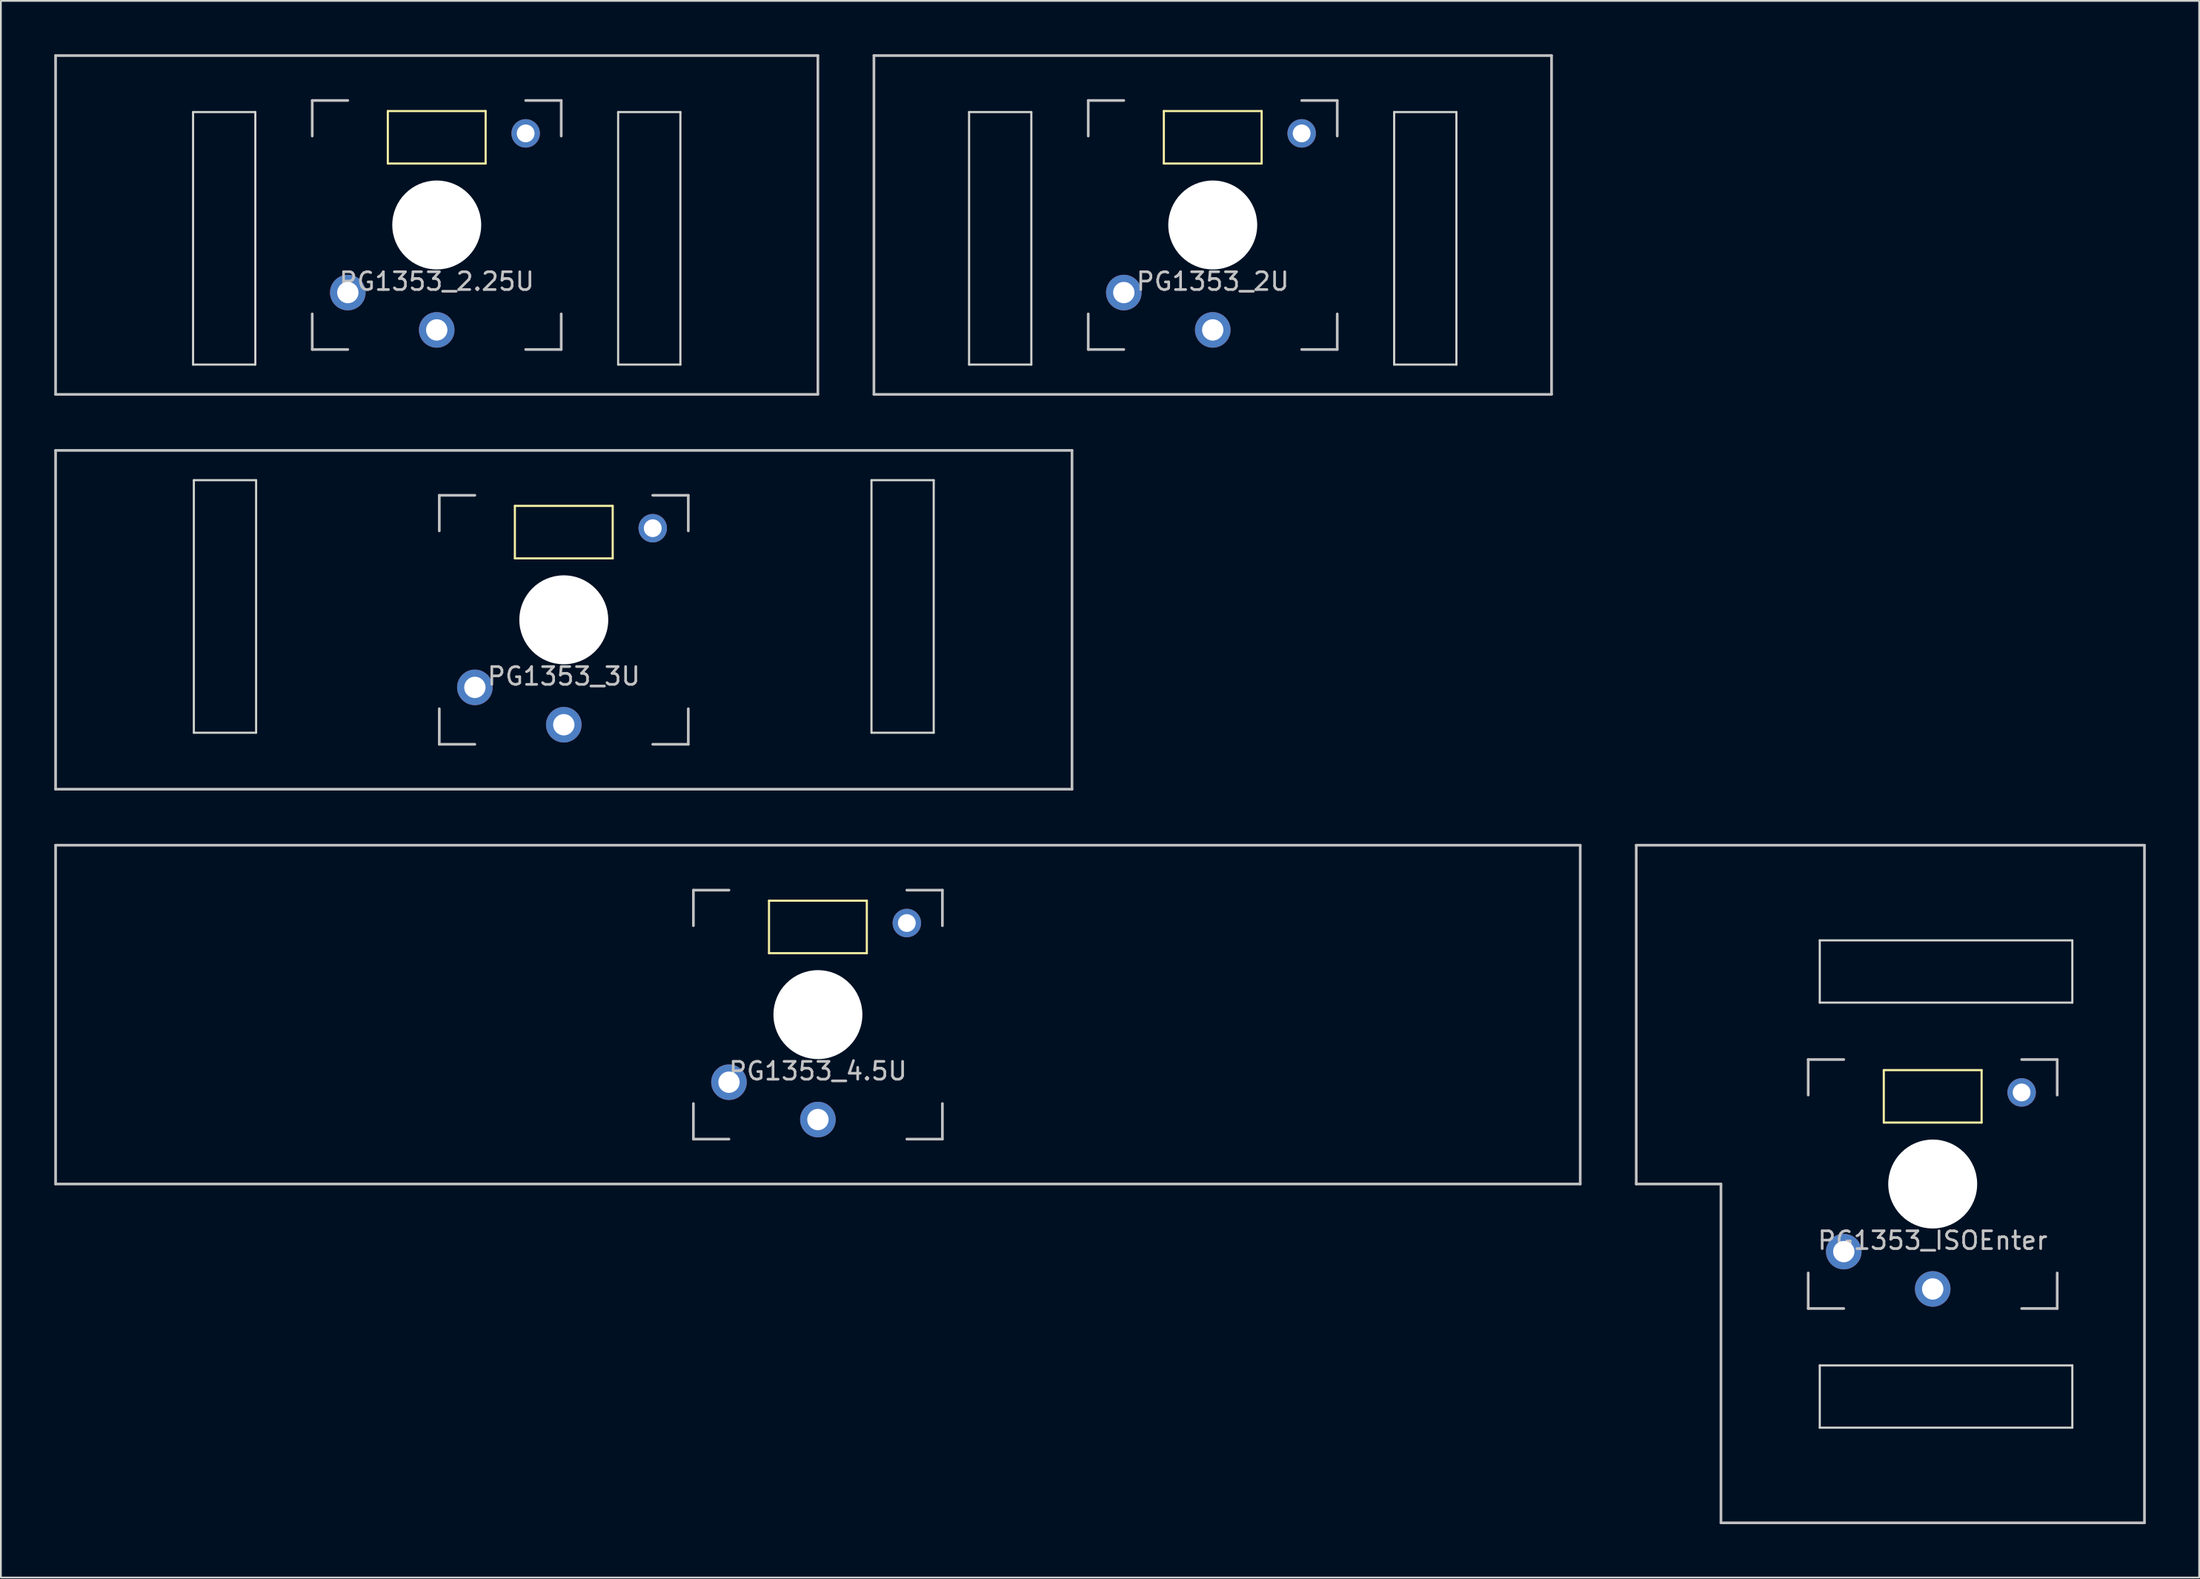
<source format=kicad_pcb>
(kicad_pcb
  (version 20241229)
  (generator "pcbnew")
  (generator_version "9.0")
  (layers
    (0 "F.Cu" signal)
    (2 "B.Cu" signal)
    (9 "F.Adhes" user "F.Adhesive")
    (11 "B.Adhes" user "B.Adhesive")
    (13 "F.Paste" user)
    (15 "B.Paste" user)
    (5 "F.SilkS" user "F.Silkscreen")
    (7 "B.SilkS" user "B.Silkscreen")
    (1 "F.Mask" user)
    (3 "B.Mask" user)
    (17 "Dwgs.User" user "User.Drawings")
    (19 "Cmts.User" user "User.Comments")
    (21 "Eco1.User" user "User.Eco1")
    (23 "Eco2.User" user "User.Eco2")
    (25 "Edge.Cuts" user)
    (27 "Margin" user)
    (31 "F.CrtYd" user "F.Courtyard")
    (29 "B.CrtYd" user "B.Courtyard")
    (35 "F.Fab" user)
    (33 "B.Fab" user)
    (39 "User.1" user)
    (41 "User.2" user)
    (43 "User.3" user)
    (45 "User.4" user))
  (footprint "PG1353_2U"
    (layer "F.Cu")
    (at 65.138 9.6)
    (property "Reference" "PG1353_2U" (at 0 3.175 0) (layer "Dwgs.User") (effects (font (size 1 1) (thickness 0.15))))
    (attr through_hole)
    (fp_line (start -2.75 -6.405) (end 2.75 -6.405) (stroke (width 0.12) (type solid)) (layer "F.SilkS"))
    (fp_line (start -2.75 -3.455) (end -2.75 -6.405) (stroke (width 0.12) (type solid)) (layer "F.SilkS"))
    (fp_line (start 2.75 -6.405) (end 2.75 -3.455) (stroke (width 0.12) (type solid)) (layer "F.SilkS"))
    (fp_line (start 2.75 -3.455) (end -2.75 -3.455) (stroke (width 0.12) (type solid)) (layer "F.SilkS"))
    (fp_line (start -19.05 -9.525) (end 19.05 -9.525) (stroke (width 0.15) (type solid)) (layer "Dwgs.User"))
    (fp_line (start -19.05 9.525) (end -19.05 -9.525) (stroke (width 0.15) (type solid)) (layer "Dwgs.User"))
    (fp_line (start -14 -6.85) (end -9.9 -6.85) (stroke (width 0.001) (type solid)) (layer "Dwgs.User"))
    (fp_line (start -14 8.35) (end -14 -6.85) (stroke (width 0.001) (type solid)) (layer "Dwgs.User"))
    (fp_line (start -9.9 -6.85) (end -9.9 8.35) (stroke (width 0.001) (type solid)) (layer "Dwgs.User"))
    (fp_line (start -9.9 8.35) (end -14 8.35) (stroke (width 0.001) (type solid)) (layer "Dwgs.User"))
    (fp_line (start -7 -7) (end -7 -5) (stroke (width 0.15) (type solid)) (layer "Dwgs.User"))
    (fp_line (start -7 7) (end -7 5) (stroke (width 0.15) (type solid)) (layer "Dwgs.User"))
    (fp_line (start -5 -7) (end -7 -7) (stroke (width 0.15) (type solid)) (layer "Dwgs.User"))
    (fp_line (start -5 7) (end -7 7) (stroke (width 0.15) (type solid)) (layer "Dwgs.User"))
    (fp_line (start 5 7) (end 7 7) (stroke (width 0.15) (type solid)) (layer "Dwgs.User"))
    (fp_line (start 7 -7) (end 5 -7) (stroke (width 0.15) (type solid)) (layer "Dwgs.User"))
    (fp_line (start 7 -5) (end 7 -7) (stroke (width 0.15) (type solid)) (layer "Dwgs.User"))
    (fp_line (start 7 7) (end 7 5) (stroke (width 0.15) (type solid)) (layer "Dwgs.User"))
    (fp_line (start 9.9 -6.85) (end 14 -6.85) (stroke (width 0.001) (type solid)) (layer "Dwgs.User"))
    (fp_line (start 9.9 8.35) (end 9.9 -6.85) (stroke (width 0.001) (type solid)) (layer "Dwgs.User"))
    (fp_line (start 14 -6.85) (end 14 8.35) (stroke (width 0.001) (type solid)) (layer "Dwgs.User"))
    (fp_line (start 14 8.35) (end 9.9 8.35) (stroke (width 0.001) (type solid)) (layer "Dwgs.User"))
    (fp_line (start 19.05 -9.525) (end 19.05 9.525) (stroke (width 0.15) (type solid)) (layer "Dwgs.User"))
    (fp_line (start 19.05 9.525) (end -19.05 9.525) (stroke (width 0.15) (type solid)) (layer "Dwgs.User"))
    (fp_line (start -13.7 -6.35) (end -13.7 7.85) (stroke (width 0.12) (type solid)) (layer "Edge.Cuts"))
    (fp_line (start -13.7 7.85) (end -10.2 7.85) (stroke (width 0.12) (type solid)) (layer "Edge.Cuts"))
    (fp_line (start -10.2 -6.35) (end -13.7 -6.35) (stroke (width 0.12) (type solid)) (layer "Edge.Cuts"))
    (fp_line (start -10.2 7.85) (end -10.2 -6.35) (stroke (width 0.12) (type solid)) (layer "Edge.Cuts"))
    (fp_line (start 10.2 -6.35) (end 10.2 7.85) (stroke (width 0.12) (type solid)) (layer "Edge.Cuts"))
    (fp_line (start 10.2 7.85) (end 13.7 7.85) (stroke (width 0.12) (type solid)) (layer "Edge.Cuts"))
    (fp_line (start 13.7 -6.35) (end 10.2 -6.35) (stroke (width 0.12) (type solid)) (layer "Edge.Cuts"))
    (fp_line (start 13.7 7.85) (end 13.7 -6.35) (stroke (width 0.12) (type solid)) (layer "Edge.Cuts"))
    (pad "" np_thru_hole circle (at 0 0 180) (size 5 5) (drill 5) (layers "*.Cu" "*.Mask"))
    (pad "" thru_hole circle (at 5 -5.15 180) (size 1.6 1.6) (drill 1) (layers "*.Cu" "B.Mask"))
    (pad "1" thru_hole circle (at 0 5.9 180) (size 2 2) (drill 1.2) (layers "*.Cu" "B.Mask"))
    (pad "2" thru_hole circle (at -5 3.8 180) (size 2 2) (drill 1.2) (layers "*.Cu" "B.Mask")))
  (footprint "PG1353_3U"
    (layer "F.Cu")
    (at 28.65 31.8)
    (property "Reference" "PG1353_3U" (at 0 3.175 0) (layer "Dwgs.User") (effects (font (size 1 1) (thickness 0.15))))
    (attr through_hole)
    (fp_line (start -2.75 -6.405) (end 2.75 -6.405) (stroke (width 0.12) (type solid)) (layer "F.SilkS"))
    (fp_line (start -2.75 -3.455) (end -2.75 -6.405) (stroke (width 0.12) (type solid)) (layer "F.SilkS"))
    (fp_line (start 2.75 -6.405) (end 2.75 -3.455) (stroke (width 0.12) (type solid)) (layer "F.SilkS"))
    (fp_line (start 2.75 -3.455) (end -2.75 -3.455) (stroke (width 0.12) (type solid)) (layer "F.SilkS"))
    (fp_line (start -28.575 -9.525) (end 28.575 -9.525) (stroke (width 0.15) (type solid)) (layer "Dwgs.User"))
    (fp_line (start -28.575 9.525) (end -28.575 -9.525) (stroke (width 0.15) (type solid)) (layer "Dwgs.User"))
    (fp_line (start -21.1 -8.35) (end -17 -8.35) (stroke (width 0.001) (type solid)) (layer "Dwgs.User"))
    (fp_line (start -21.1 6.85) (end -21.1 -8.35) (stroke (width 0.001) (type solid)) (layer "Dwgs.User"))
    (fp_line (start -17 -8.35) (end -17 6.85) (stroke (width 0.001) (type solid)) (layer "Dwgs.User"))
    (fp_line (start -17 6.85) (end -21.1 6.85) (stroke (width 0.001) (type solid)) (layer "Dwgs.User"))
    (fp_line (start -7 -7) (end -7 -5) (stroke (width 0.15) (type solid)) (layer "Dwgs.User"))
    (fp_line (start -7 7) (end -7 5) (stroke (width 0.15) (type solid)) (layer "Dwgs.User"))
    (fp_line (start -5 -7) (end -7 -7) (stroke (width 0.15) (type solid)) (layer "Dwgs.User"))
    (fp_line (start -5 7) (end -7 7) (stroke (width 0.15) (type solid)) (layer "Dwgs.User"))
    (fp_line (start 5 7) (end 7 7) (stroke (width 0.15) (type solid)) (layer "Dwgs.User"))
    (fp_line (start 7 -7) (end 5 -7) (stroke (width 0.15) (type solid)) (layer "Dwgs.User"))
    (fp_line (start 7 -5) (end 7 -7) (stroke (width 0.15) (type solid)) (layer "Dwgs.User"))
    (fp_line (start 7 7) (end 7 5) (stroke (width 0.15) (type solid)) (layer "Dwgs.User"))
    (fp_line (start 17 -8.35) (end 21.1 -8.35) (stroke (width 0.001) (type solid)) (layer "Dwgs.User"))
    (fp_line (start 17 6.85) (end 17 -8.35) (stroke (width 0.001) (type solid)) (layer "Dwgs.User"))
    (fp_line (start 21.1 -8.35) (end 21.1 6.85) (stroke (width 0.001) (type solid)) (layer "Dwgs.User"))
    (fp_line (start 21.1 6.85) (end 17 6.85) (stroke (width 0.001) (type solid)) (layer "Dwgs.User"))
    (fp_line (start 28.575 -9.525) (end 28.575 9.525) (stroke (width 0.15) (type solid)) (layer "Dwgs.User"))
    (fp_line (start 28.575 9.525) (end -28.575 9.525) (stroke (width 0.15) (type solid)) (layer "Dwgs.User"))
    (fp_line (start -20.8 -7.85) (end -20.8 6.35) (stroke (width 0.12) (type solid)) (layer "Edge.Cuts"))
    (fp_line (start -20.8 6.35) (end -17.3 6.35) (stroke (width 0.12) (type solid)) (layer "Edge.Cuts"))
    (fp_line (start -17.3 -7.85) (end -20.8 -7.85) (stroke (width 0.12) (type solid)) (layer "Edge.Cuts"))
    (fp_line (start -17.3 6.35) (end -17.3 -7.85) (stroke (width 0.12) (type solid)) (layer "Edge.Cuts"))
    (fp_line (start 17.3 -7.85) (end 17.3 6.35) (stroke (width 0.12) (type solid)) (layer "Edge.Cuts"))
    (fp_line (start 17.3 6.35) (end 20.8 6.35) (stroke (width 0.12) (type solid)) (layer "Edge.Cuts"))
    (fp_line (start 20.8 -7.85) (end 17.3 -7.85) (stroke (width 0.12) (type solid)) (layer "Edge.Cuts"))
    (fp_line (start 20.8 6.35) (end 20.8 -7.85) (stroke (width 0.12) (type solid)) (layer "Edge.Cuts"))
    (pad "" np_thru_hole circle (at 0 0 270) (size 5 5) (drill 5) (layers "*.Cu" "*.Mask"))
    (pad "" thru_hole circle (at 5 -5.15 180) (size 1.6 1.6) (drill 1) (layers "*.Cu" "B.Mask"))
    (pad "1" thru_hole circle (at 0 5.9 180) (size 2 2) (drill 1.2) (layers "*.Cu" "B.Mask"))
    (pad "2" thru_hole circle (at -5 3.8 180) (size 2 2) (drill 1.2) (layers "*.Cu" "B.Mask")))
  (footprint "PG1353_ISOEnter"
    (layer "F.Cu")
    (at 105.619 63.525)
    (property "Reference" "PG1353_ISOEnter" (at 0 3.175 0) (layer "Dwgs.User") (effects (font (size 1 1) (thickness 0.15))))
    (attr through_hole)
    (fp_line (start -2.75 -6.405) (end 2.75 -6.405) (stroke (width 0.12) (type solid)) (layer "F.SilkS"))
    (fp_line (start -2.75 -3.455) (end -2.75 -6.405) (stroke (width 0.12) (type solid)) (layer "F.SilkS"))
    (fp_line (start 2.75 -6.405) (end 2.75 -3.455) (stroke (width 0.12) (type solid)) (layer "F.SilkS"))
    (fp_line (start 2.75 -3.455) (end -2.75 -3.455) (stroke (width 0.12) (type solid)) (layer "F.SilkS"))
    (fp_line (start -16.669 -19.05) (end 11.906 -19.05) (stroke (width 0.15) (type solid)) (layer "Dwgs.User"))
    (fp_line (start -16.669 0) (end -16.669 -19.05) (stroke (width 0.15) (type solid)) (layer "Dwgs.User"))
    (fp_line (start -11.906 0) (end -16.669 0) (stroke (width 0.15) (type solid)) (layer "Dwgs.User"))
    (fp_line (start -11.906 19.05) (end -11.906 0) (stroke (width 0.15) (type solid)) (layer "Dwgs.User"))
    (fp_line (start -7 -7) (end -7 -5) (stroke (width 0.15) (type solid)) (layer "Dwgs.User"))
    (fp_line (start -7 7) (end -7 5) (stroke (width 0.15) (type solid)) (layer "Dwgs.User"))
    (fp_line (start -6.85 -14) (end 8.35 -14) (stroke (width 0.001) (type solid)) (layer "Dwgs.User"))
    (fp_line (start -6.85 -9.9) (end -6.85 -14) (stroke (width 0.001) (type solid)) (layer "Dwgs.User"))
    (fp_line (start -6.85 9.9) (end 8.35 9.9) (stroke (width 0.001) (type solid)) (layer "Dwgs.User"))
    (fp_line (start -6.85 14) (end -6.85 9.9) (stroke (width 0.001) (type solid)) (layer "Dwgs.User"))
    (fp_line (start -5 -7) (end -7 -7) (stroke (width 0.15) (type solid)) (layer "Dwgs.User"))
    (fp_line (start -5 7) (end -7 7) (stroke (width 0.15) (type solid)) (layer "Dwgs.User"))
    (fp_line (start 5 7) (end 7 7) (stroke (width 0.15) (type solid)) (layer "Dwgs.User"))
    (fp_line (start 7 -7) (end 5 -7) (stroke (width 0.15) (type solid)) (layer "Dwgs.User"))
    (fp_line (start 7 -5) (end 7 -7) (stroke (width 0.15) (type solid)) (layer "Dwgs.User"))
    (fp_line (start 7 7) (end 7 5) (stroke (width 0.15) (type solid)) (layer "Dwgs.User"))
    (fp_line (start 8.35 -14) (end 8.35 -9.9) (stroke (width 0.001) (type solid)) (layer "Dwgs.User"))
    (fp_line (start 8.35 -9.9) (end -6.85 -9.9) (stroke (width 0.001) (type solid)) (layer "Dwgs.User"))
    (fp_line (start 8.35 9.9) (end 8.35 14) (stroke (width 0.001) (type solid)) (layer "Dwgs.User"))
    (fp_line (start 8.35 14) (end -6.85 14) (stroke (width 0.001) (type solid)) (layer "Dwgs.User"))
    (fp_line (start 11.906 -19.05) (end 11.906 19.05) (stroke (width 0.15) (type solid)) (layer "Dwgs.User"))
    (fp_line (start 11.906 19.05) (end -11.906 19.05) (stroke (width 0.15) (type solid)) (layer "Dwgs.User"))
    (fp_line (start -6.35 -13.7) (end -6.35 -10.2) (stroke (width 0.12) (type solid)) (layer "Edge.Cuts"))
    (fp_line (start -6.35 -10.2) (end 7.85 -10.2) (stroke (width 0.12) (type solid)) (layer "Edge.Cuts"))
    (fp_line (start -6.35 10.2) (end -6.35 13.7) (stroke (width 0.12) (type solid)) (layer "Edge.Cuts"))
    (fp_line (start -6.35 13.7) (end 7.85 13.7) (stroke (width 0.12) (type solid)) (layer "Edge.Cuts"))
    (fp_line (start 7.85 -13.7) (end -6.35 -13.7) (stroke (width 0.12) (type solid)) (layer "Edge.Cuts"))
    (fp_line (start 7.85 -10.2) (end 7.85 -13.7) (stroke (width 0.12) (type solid)) (layer "Edge.Cuts"))
    (fp_line (start 7.85 10.2) (end -6.35 10.2) (stroke (width 0.12) (type solid)) (layer "Edge.Cuts"))
    (fp_line (start 7.85 13.7) (end 7.85 10.2) (stroke (width 0.12) (type solid)) (layer "Edge.Cuts"))
    (pad "" np_thru_hole circle (at 0 0 180) (size 5 5) (drill 5) (layers "*.Cu" "*.Mask"))
    (pad "" thru_hole circle (at 5 -5.15 180) (size 1.6 1.6) (drill 1) (layers "*.Cu" "B.Mask"))
    (pad "1" thru_hole circle (at 0 5.9 180) (size 2 2) (drill 1.2) (layers "*.Cu" "B.Mask"))
    (pad "2" thru_hole circle (at -5 3.8 180) (size 2 2) (drill 1.2) (layers "*.Cu" "B.Mask")))
  (footprint "PG1353_4.5U"
    (layer "F.Cu")
    (at 42.938 54)
    (property "Reference" "PG1353_4.5U" (at 0 3.175 0) (layer "Dwgs.User") (effects (font (size 1 1) (thickness 0.15))))
    (attr through_hole)
    (fp_line (start -2.75 -6.405) (end 2.75 -6.405) (stroke (width 0.12) (type solid)) (layer "F.SilkS"))
    (fp_line (start -2.75 -3.455) (end -2.75 -6.405) (stroke (width 0.12) (type solid)) (layer "F.SilkS"))
    (fp_line (start 2.75 -6.405) (end 2.75 -3.455) (stroke (width 0.12) (type solid)) (layer "F.SilkS"))
    (fp_line (start 2.75 -3.455) (end -2.75 -3.455) (stroke (width 0.12) (type solid)) (layer "F.SilkS"))
    (fp_line (start -42.862 -9.525) (end 42.862 -9.525) (stroke (width 0.15) (type solid)) (layer "Dwgs.User"))
    (fp_line (start -42.862 9.525) (end -42.862 -9.525) (stroke (width 0.15) (type solid)) (layer "Dwgs.User"))
    (fp_line (start -7 -7) (end -7 -5) (stroke (width 0.15) (type solid)) (layer "Dwgs.User"))
    (fp_line (start -7 7) (end -7 5) (stroke (width 0.15) (type solid)) (layer "Dwgs.User"))
    (fp_line (start -5 -7) (end -7 -7) (stroke (width 0.15) (type solid)) (layer "Dwgs.User"))
    (fp_line (start -5 7) (end -7 7) (stroke (width 0.15) (type solid)) (layer "Dwgs.User"))
    (fp_line (start 5 7) (end 7 7) (stroke (width 0.15) (type solid)) (layer "Dwgs.User"))
    (fp_line (start 7 -7) (end 5 -7) (stroke (width 0.15) (type solid)) (layer "Dwgs.User"))
    (fp_line (start 7 -5) (end 7 -7) (stroke (width 0.15) (type solid)) (layer "Dwgs.User"))
    (fp_line (start 7 7) (end 7 5) (stroke (width 0.15) (type solid)) (layer "Dwgs.User"))
    (fp_line (start 42.862 -9.525) (end 42.862 9.525) (stroke (width 0.15) (type solid)) (layer "Dwgs.User"))
    (fp_line (start 42.862 9.525) (end -42.862 9.525) (stroke (width 0.15) (type solid)) (layer "Dwgs.User"))
    (pad "" np_thru_hole circle (at 0 0 270) (size 5 5) (drill 5) (layers "*.Cu" "*.Mask"))
    (pad "" thru_hole circle (at 5 -5.15 180) (size 1.6 1.6) (drill 1) (layers "*.Cu" "B.Mask"))
    (pad "1" thru_hole circle (at 0 5.9 180) (size 2 2) (drill 1.2) (layers "*.Cu" "B.Mask"))
    (pad "2" thru_hole circle (at -5 3.8 180) (size 2 2) (drill 1.2) (layers "*.Cu" "B.Mask")))
  (footprint "PG1353_2.25U"
    (layer "F.Cu")
    (at 21.506 9.6)
    (property "Reference" "PG1353_2.25U" (at 0 3.175 0) (layer "Dwgs.User") (effects (font (size 1 1) (thickness 0.15))))
    (attr through_hole)
    (fp_line (start -2.75 -6.405) (end 2.75 -6.405) (stroke (width 0.12) (type solid)) (layer "F.SilkS"))
    (fp_line (start -2.75 -3.455) (end -2.75 -6.405) (stroke (width 0.12) (type solid)) (layer "F.SilkS"))
    (fp_line (start 2.75 -6.405) (end 2.75 -3.455) (stroke (width 0.12) (type solid)) (layer "F.SilkS"))
    (fp_line (start 2.75 -3.455) (end -2.75 -3.455) (stroke (width 0.12) (type solid)) (layer "F.SilkS"))
    (fp_line (start -21.431 -9.525) (end 21.431 -9.525) (stroke (width 0.15) (type solid)) (layer "Dwgs.User"))
    (fp_line (start -21.431 9.525) (end -21.431 -9.525) (stroke (width 0.15) (type solid)) (layer "Dwgs.User"))
    (fp_line (start -14 -6.85) (end -9.9 -6.85) (stroke (width 0.001) (type solid)) (layer "Dwgs.User"))
    (fp_line (start -14 8.35) (end -14 -6.85) (stroke (width 0.001) (type solid)) (layer "Dwgs.User"))
    (fp_line (start -9.9 -6.85) (end -9.9 8.35) (stroke (width 0.001) (type solid)) (layer "Dwgs.User"))
    (fp_line (start -9.9 8.35) (end -14 8.35) (stroke (width 0.001) (type solid)) (layer "Dwgs.User"))
    (fp_line (start -7 -7) (end -7 -5) (stroke (width 0.15) (type solid)) (layer "Dwgs.User"))
    (fp_line (start -7 7) (end -7 5) (stroke (width 0.15) (type solid)) (layer "Dwgs.User"))
    (fp_line (start -5 -7) (end -7 -7) (stroke (width 0.15) (type solid)) (layer "Dwgs.User"))
    (fp_line (start -5 7) (end -7 7) (stroke (width 0.15) (type solid)) (layer "Dwgs.User"))
    (fp_line (start 5 7) (end 7 7) (stroke (width 0.15) (type solid)) (layer "Dwgs.User"))
    (fp_line (start 7 -7) (end 5 -7) (stroke (width 0.15) (type solid)) (layer "Dwgs.User"))
    (fp_line (start 7 -5) (end 7 -7) (stroke (width 0.15) (type solid)) (layer "Dwgs.User"))
    (fp_line (start 7 7) (end 7 5) (stroke (width 0.15) (type solid)) (layer "Dwgs.User"))
    (fp_line (start 9.9 -6.85) (end 14 -6.85) (stroke (width 0.001) (type solid)) (layer "Dwgs.User"))
    (fp_line (start 9.9 8.35) (end 9.9 -6.85) (stroke (width 0.001) (type solid)) (layer "Dwgs.User"))
    (fp_line (start 14 -6.85) (end 14 8.35) (stroke (width 0.001) (type solid)) (layer "Dwgs.User"))
    (fp_line (start 14 8.35) (end 9.9 8.35) (stroke (width 0.001) (type solid)) (layer "Dwgs.User"))
    (fp_line (start 21.431 -9.525) (end 21.431 9.525) (stroke (width 0.15) (type solid)) (layer "Dwgs.User"))
    (fp_line (start 21.431 9.525) (end -21.431 9.525) (stroke (width 0.15) (type solid)) (layer "Dwgs.User"))
    (fp_line (start -13.7 -6.35) (end -13.7 7.85) (stroke (width 0.12) (type solid)) (layer "Edge.Cuts"))
    (fp_line (start -13.7 7.85) (end -10.2 7.85) (stroke (width 0.12) (type solid)) (layer "Edge.Cuts"))
    (fp_line (start -10.2 -6.35) (end -13.7 -6.35) (stroke (width 0.12) (type solid)) (layer "Edge.Cuts"))
    (fp_line (start -10.2 7.85) (end -10.2 -6.35) (stroke (width 0.12) (type solid)) (layer "Edge.Cuts"))
    (fp_line (start 10.2 -6.35) (end 10.2 7.85) (stroke (width 0.12) (type solid)) (layer "Edge.Cuts"))
    (fp_line (start 10.2 7.85) (end 13.7 7.85) (stroke (width 0.12) (type solid)) (layer "Edge.Cuts"))
    (fp_line (start 13.7 -6.35) (end 10.2 -6.35) (stroke (width 0.12) (type solid)) (layer "Edge.Cuts"))
    (fp_line (start 13.7 7.85) (end 13.7 -6.35) (stroke (width 0.12) (type solid)) (layer "Edge.Cuts"))
    (pad "" np_thru_hole circle (at 0 0 180) (size 5 5) (drill 5) (layers "*.Cu" "*.Mask"))
    (pad "" thru_hole circle (at 5 -5.15 180) (size 1.6 1.6) (drill 1) (layers "*.Cu" "B.Mask"))
    (pad "1" thru_hole circle (at 0 5.9 180) (size 2 2) (drill 1.2) (layers "*.Cu" "B.Mask"))
    (pad "2" thru_hole circle (at -5 3.8 180) (size 2 2) (drill 1.2) (layers "*.Cu" "B.Mask")))
  (gr_rect
    (start -3 -3)
    (end 120.6 85.65)
    (stroke (width 0.1) (type default))
    (fill no)
    (layer "Edge.Cuts")))
</source>
